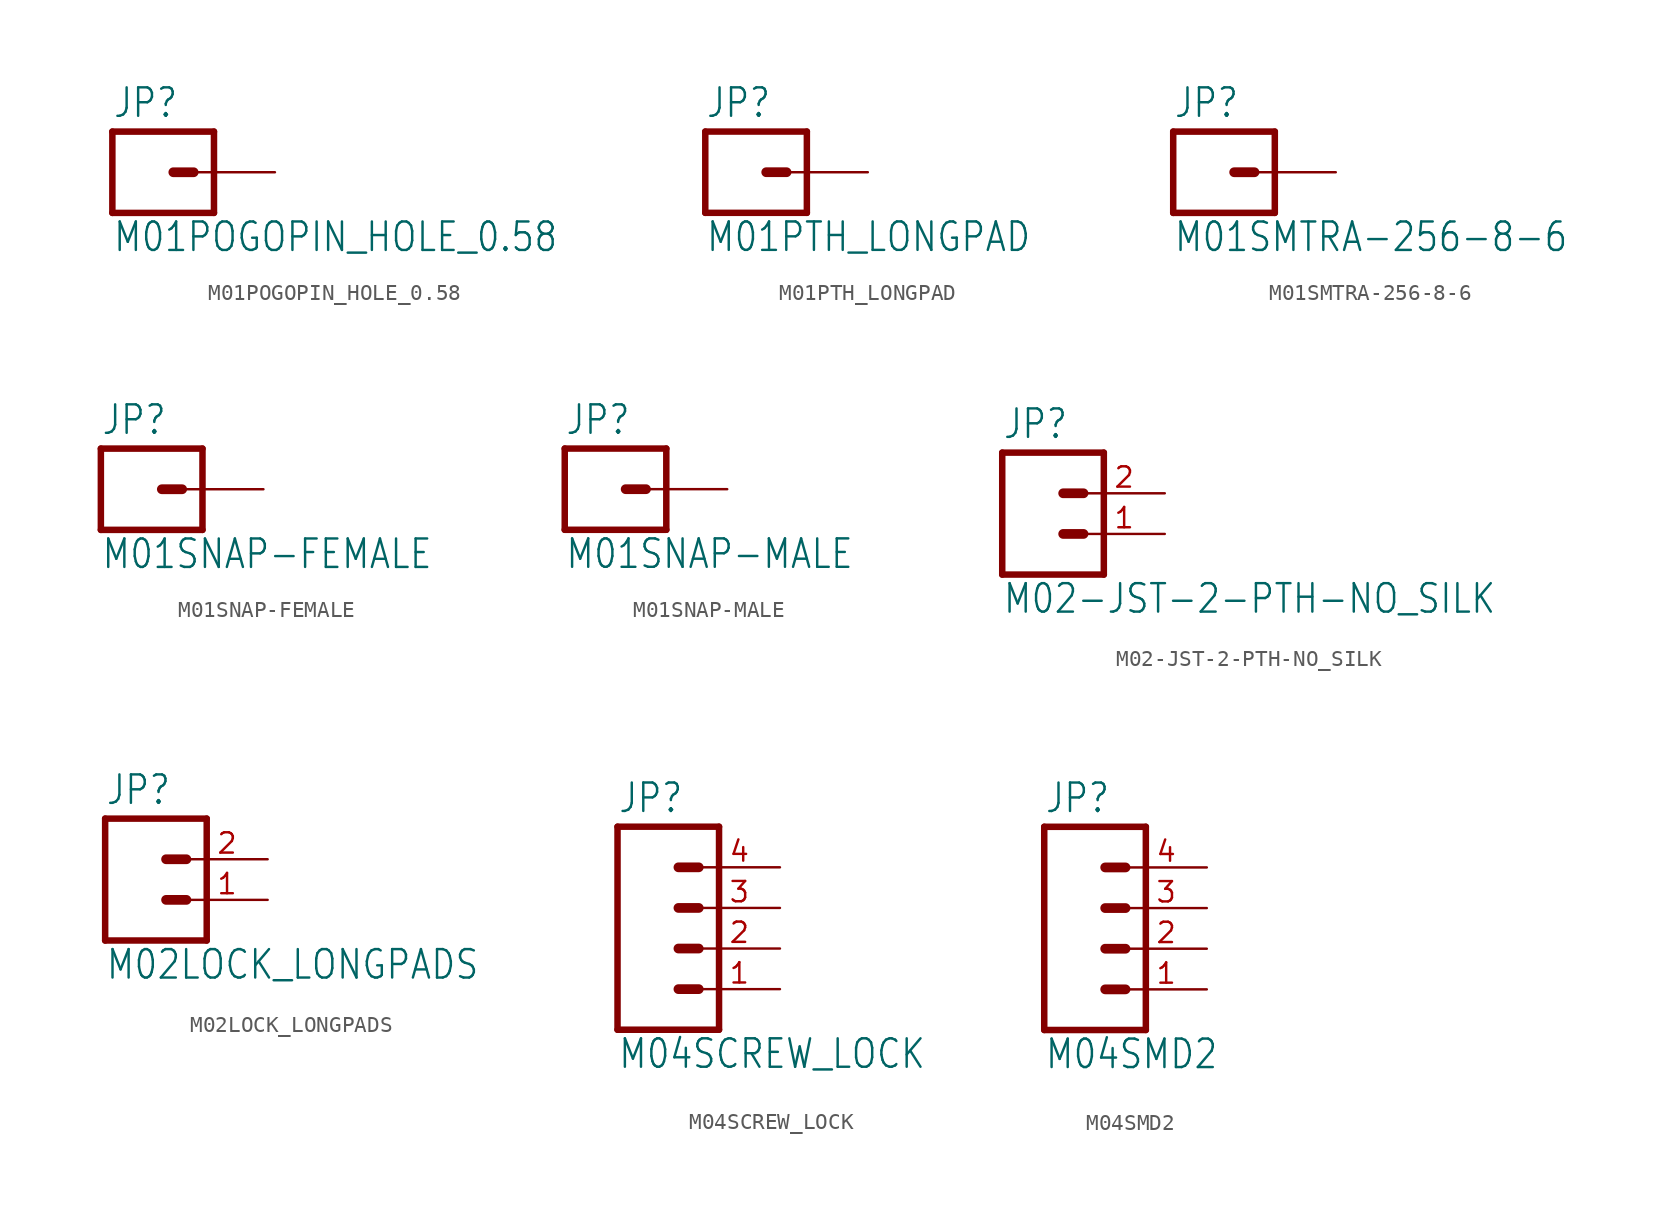
<source format=kicad_sym>
(kicad_symbol_lib
  (version 20201005)
  (generator kicad_symbol_editor)
  (symbol "M01POGOPIN_HOLE_0.58"
    (property "Reference" "JP"
      (at -2.54 3.302 0)
      (effects (font (size 1.778 1.511)) (justify left bottom)))
    (property "Value" "M01POGOPIN_HOLE_0.58"
      (at -2.54 -5.08 0)
      (effects (font (size 1.778 1.511)) (justify left bottom)))
    (property "ki_locked" ""
      (at 0 0 0)
      (effects (font (size 1.27 1.27))))
    (symbol "M01POGOPIN_HOLE_0.58_1_0"
      (polyline (pts (xy 3.81 -2.54) (xy -2.54 -2.54)) (stroke (width 0.406)) (fill (type none)))
      (polyline (pts (xy 1.27 0) (xy 2.54 0)) (stroke (width 0.61)) (fill (type none)))
      (polyline (pts (xy -2.54 2.54) (xy -2.54 -2.54)) (stroke (width 0.406)) (fill (type none)))
      (polyline (pts (xy 3.81 -2.54) (xy 3.81 2.54)) (stroke (width 0.406)) (fill (type none)))
      (polyline (pts (xy -2.54 2.54) (xy 3.81 2.54)) (stroke (width 0.406)) (fill (type none)))
      (pin passive line (at 7.62 0 180) (length 5.08) (name "1" (effects (font (size 0 0)))) (number "1" (effects (font (size 0 0)))))))
  (symbol "M01PTH_LONGPAD"
    (property "Reference" "JP"
      (at -2.54 3.302 0)
      (effects (font (size 1.778 1.511)) (justify left bottom)))
    (property "Value" "M01PTH_LONGPAD"
      (at -2.54 -5.08 0)
      (effects (font (size 1.778 1.511)) (justify left bottom)))
    (property "ki_locked" ""
      (at 0 0 0)
      (effects (font (size 1.27 1.27))))
    (symbol "M01PTH_LONGPAD_1_0"
      (polyline (pts (xy 3.81 -2.54) (xy -2.54 -2.54)) (stroke (width 0.406)) (fill (type none)))
      (polyline (pts (xy 1.27 0) (xy 2.54 0)) (stroke (width 0.61)) (fill (type none)))
      (polyline (pts (xy -2.54 2.54) (xy -2.54 -2.54)) (stroke (width 0.406)) (fill (type none)))
      (polyline (pts (xy 3.81 -2.54) (xy 3.81 2.54)) (stroke (width 0.406)) (fill (type none)))
      (polyline (pts (xy -2.54 2.54) (xy 3.81 2.54)) (stroke (width 0.406)) (fill (type none)))
      (pin passive line (at 7.62 0 180) (length 5.08) (name "1" (effects (font (size 0 0)))) (number "1" (effects (font (size 0 0)))))))
  (symbol "M01SMTRA-256-8-6"
    (property "Reference" "JP"
      (at -2.54 3.302 0)
      (effects (font (size 1.778 1.511)) (justify left bottom)))
    (property "Value" "M01SMTRA-256-8-6"
      (at -2.54 -5.08 0)
      (effects (font (size 1.778 1.511)) (justify left bottom)))
    (property "ki_locked" ""
      (at 0 0 0)
      (effects (font (size 1.27 1.27))))
    (symbol "M01SMTRA-256-8-6_1_0"
      (polyline (pts (xy 3.81 -2.54) (xy -2.54 -2.54)) (stroke (width 0.406)) (fill (type none)))
      (polyline (pts (xy 1.27 0) (xy 2.54 0)) (stroke (width 0.61)) (fill (type none)))
      (polyline (pts (xy -2.54 2.54) (xy -2.54 -2.54)) (stroke (width 0.406)) (fill (type none)))
      (polyline (pts (xy 3.81 -2.54) (xy 3.81 2.54)) (stroke (width 0.406)) (fill (type none)))
      (polyline (pts (xy -2.54 2.54) (xy 3.81 2.54)) (stroke (width 0.406)) (fill (type none)))
      (pin passive line (at 7.62 0 180) (length 5.08) (name "1" (effects (font (size 0 0)))) (number "P$1" (effects (font (size 0 0)))))))
  (symbol "M01SNAP-FEMALE"
    (property "Reference" "JP"
      (at -2.54 3.302 0)
      (effects (font (size 1.778 1.511)) (justify left bottom)))
    (property "Value" "M01SNAP-FEMALE"
      (at -2.54 -5.08 0)
      (effects (font (size 1.778 1.511)) (justify left bottom)))
    (property "ki_locked" ""
      (at 0 0 0)
      (effects (font (size 1.27 1.27))))
    (symbol "M01SNAP-FEMALE_1_0"
      (polyline (pts (xy 3.81 -2.54) (xy -2.54 -2.54)) (stroke (width 0.406)) (fill (type none)))
      (polyline (pts (xy 1.27 0) (xy 2.54 0)) (stroke (width 0.61)) (fill (type none)))
      (polyline (pts (xy -2.54 2.54) (xy -2.54 -2.54)) (stroke (width 0.406)) (fill (type none)))
      (polyline (pts (xy 3.81 -2.54) (xy 3.81 2.54)) (stroke (width 0.406)) (fill (type none)))
      (polyline (pts (xy -2.54 2.54) (xy 3.81 2.54)) (stroke (width 0.406)) (fill (type none)))
      (pin passive line (at 7.62 0 180) (length 5.08) (name "1" (effects (font (size 0 0)))) (number "1" (effects (font (size 0 0)))))))
  (symbol "M01SNAP-MALE"
    (property "Reference" "JP"
      (at -2.54 3.302 0)
      (effects (font (size 1.778 1.511)) (justify left bottom)))
    (property "Value" "M01SNAP-MALE"
      (at -2.54 -5.08 0)
      (effects (font (size 1.778 1.511)) (justify left bottom)))
    (property "ki_locked" ""
      (at 0 0 0)
      (effects (font (size 1.27 1.27))))
    (symbol "M01SNAP-MALE_1_0"
      (polyline (pts (xy 3.81 -2.54) (xy -2.54 -2.54)) (stroke (width 0.406)) (fill (type none)))
      (polyline (pts (xy 1.27 0) (xy 2.54 0)) (stroke (width 0.61)) (fill (type none)))
      (polyline (pts (xy -2.54 2.54) (xy -2.54 -2.54)) (stroke (width 0.406)) (fill (type none)))
      (polyline (pts (xy 3.81 -2.54) (xy 3.81 2.54)) (stroke (width 0.406)) (fill (type none)))
      (polyline (pts (xy -2.54 2.54) (xy 3.81 2.54)) (stroke (width 0.406)) (fill (type none)))
      (pin passive line (at 7.62 0 180) (length 5.08) (name "1" (effects (font (size 0 0)))) (number "2" (effects (font (size 0 0)))))))
  (symbol "M02-JST-2-PTH-NO_SILK"
    (property "Reference" "JP"
      (at -2.54 5.842 0)
      (effects (font (size 1.778 1.511)) (justify left bottom)))
    (property "Value" "M02-JST-2-PTH-NO_SILK"
      (at -2.54 -5.08 0)
      (effects (font (size 1.778 1.511)) (justify left bottom)))
    (property "ki_locked" ""
      (at 0 0 0)
      (effects (font (size 1.27 1.27))))
    (symbol "M02-JST-2-PTH-NO_SILK_1_0"
      (polyline (pts (xy 3.81 -2.54) (xy -2.54 -2.54)) (stroke (width 0.406)) (fill (type none)))
      (polyline (pts (xy 1.27 2.54) (xy 2.54 2.54)) (stroke (width 0.61)) (fill (type none)))
      (polyline (pts (xy 1.27 0) (xy 2.54 0)) (stroke (width 0.61)) (fill (type none)))
      (polyline (pts (xy -2.54 5.08) (xy -2.54 -2.54)) (stroke (width 0.406)) (fill (type none)))
      (polyline (pts (xy 3.81 -2.54) (xy 3.81 5.08)) (stroke (width 0.406)) (fill (type none)))
      (polyline (pts (xy -2.54 5.08) (xy 3.81 5.08)) (stroke (width 0.406)) (fill (type none)))
      (pin passive line (at 7.62 0 180) (length 5.08) (name "1" (effects (font (size 0 0)))) (number "1" (effects (font (size 1.27 1.27)))))
      (pin passive line (at 7.62 2.54 180) (length 5.08) (name "2" (effects (font (size 0 0)))) (number "2" (effects (font (size 1.27 1.27)))))))
  (symbol "M02LOCK_LONGPADS"
    (property "Reference" "JP"
      (at -2.54 5.842 0)
      (effects (font (size 1.778 1.511)) (justify left bottom)))
    (property "Value" "M02LOCK_LONGPADS"
      (at -2.54 -5.08 0)
      (effects (font (size 1.778 1.511)) (justify left bottom)))
    (property "ki_locked" ""
      (at 0 0 0)
      (effects (font (size 1.27 1.27))))
    (symbol "M02LOCK_LONGPADS_1_0"
      (polyline (pts (xy 3.81 -2.54) (xy -2.54 -2.54)) (stroke (width 0.406)) (fill (type none)))
      (polyline (pts (xy 1.27 2.54) (xy 2.54 2.54)) (stroke (width 0.61)) (fill (type none)))
      (polyline (pts (xy 1.27 0) (xy 2.54 0)) (stroke (width 0.61)) (fill (type none)))
      (polyline (pts (xy -2.54 5.08) (xy -2.54 -2.54)) (stroke (width 0.406)) (fill (type none)))
      (polyline (pts (xy 3.81 -2.54) (xy 3.81 5.08)) (stroke (width 0.406)) (fill (type none)))
      (polyline (pts (xy -2.54 5.08) (xy 3.81 5.08)) (stroke (width 0.406)) (fill (type none)))
      (pin passive line (at 7.62 0 180) (length 5.08) (name "1" (effects (font (size 0 0)))) (number "1" (effects (font (size 1.27 1.27)))))
      (pin passive line (at 7.62 2.54 180) (length 5.08) (name "2" (effects (font (size 0 0)))) (number "2" (effects (font (size 1.27 1.27)))))))
  (symbol "M04SCREW_LOCK"
    (property "Reference" "JP"
      (at -5.08 8.382 0)
      (effects (font (size 1.778 1.511)) (justify left bottom)))
    (property "Value" "M04SCREW_LOCK"
      (at -5.08 -7.62 0)
      (effects (font (size 1.778 1.511)) (justify left bottom)))
    (property "ki_locked" ""
      (at 0 0 0)
      (effects (font (size 1.27 1.27))))
    (symbol "M04SCREW_LOCK_1_0"
      (polyline (pts (xy 1.27 -5.08) (xy -5.08 -5.08)) (stroke (width 0.406)) (fill (type none)))
      (polyline (pts (xy -1.27 2.54) (xy 0 2.54)) (stroke (width 0.61)) (fill (type none)))
      (polyline (pts (xy -1.27 0) (xy 0 0)) (stroke (width 0.61)) (fill (type none)))
      (polyline (pts (xy -1.27 -2.54) (xy 0 -2.54)) (stroke (width 0.61)) (fill (type none)))
      (polyline (pts (xy -5.08 7.62) (xy -5.08 -5.08)) (stroke (width 0.406)) (fill (type none)))
      (polyline (pts (xy 1.27 -5.08) (xy 1.27 7.62)) (stroke (width 0.406)) (fill (type none)))
      (polyline (pts (xy -5.08 7.62) (xy 1.27 7.62)) (stroke (width 0.406)) (fill (type none)))
      (polyline (pts (xy -1.27 5.08) (xy 0 5.08)) (stroke (width 0.61)) (fill (type none)))
      (pin passive line (at 5.08 -2.54 180) (length 5.08) (name "1" (effects (font (size 0 0)))) (number "1" (effects (font (size 1.27 1.27)))))
      (pin passive line (at 5.08 0 180) (length 5.08) (name "2" (effects (font (size 0 0)))) (number "2" (effects (font (size 1.27 1.27)))))
      (pin passive line (at 5.08 2.54 180) (length 5.08) (name "3" (effects (font (size 0 0)))) (number "3" (effects (font (size 1.27 1.27)))))
      (pin passive line (at 5.08 5.08 180) (length 5.08) (name "4" (effects (font (size 0 0)))) (number "4" (effects (font (size 1.27 1.27)))))))
  (symbol "M04SMD2"
    (property "Reference" "JP"
      (at -5.08 8.382 0)
      (effects (font (size 1.778 1.511)) (justify left bottom)))
    (property "Value" "M04SMD2"
      (at -5.08 -7.62 0)
      (effects (font (size 1.778 1.511)) (justify left bottom)))
    (property "ki_locked" ""
      (at 0 0 0)
      (effects (font (size 1.27 1.27))))
    (symbol "M04SMD2_1_0"
      (polyline (pts (xy 1.27 -5.08) (xy -5.08 -5.08)) (stroke (width 0.406)) (fill (type none)))
      (polyline (pts (xy -1.27 2.54) (xy 0 2.54)) (stroke (width 0.61)) (fill (type none)))
      (polyline (pts (xy -1.27 0) (xy 0 0)) (stroke (width 0.61)) (fill (type none)))
      (polyline (pts (xy -1.27 -2.54) (xy 0 -2.54)) (stroke (width 0.61)) (fill (type none)))
      (polyline (pts (xy -5.08 7.62) (xy -5.08 -5.08)) (stroke (width 0.406)) (fill (type none)))
      (polyline (pts (xy 1.27 -5.08) (xy 1.27 7.62)) (stroke (width 0.406)) (fill (type none)))
      (polyline (pts (xy -5.08 7.62) (xy 1.27 7.62)) (stroke (width 0.406)) (fill (type none)))
      (polyline (pts (xy -1.27 5.08) (xy 0 5.08)) (stroke (width 0.61)) (fill (type none)))
      (pin passive line (at 5.08 -2.54 180) (length 5.08) (name "1" (effects (font (size 0 0)))) (number "1" (effects (font (size 1.27 1.27)))))
      (pin passive line (at 5.08 0 180) (length 5.08) (name "2" (effects (font (size 0 0)))) (number "2" (effects (font (size 1.27 1.27)))))
      (pin passive line (at 5.08 2.54 180) (length 5.08) (name "3" (effects (font (size 0 0)))) (number "3" (effects (font (size 1.27 1.27)))))
      (pin passive line (at 5.08 5.08 180) (length 5.08) (name "4" (effects (font (size 0 0)))) (number "4" (effects (font (size 1.27 1.27))))))))
</source>
